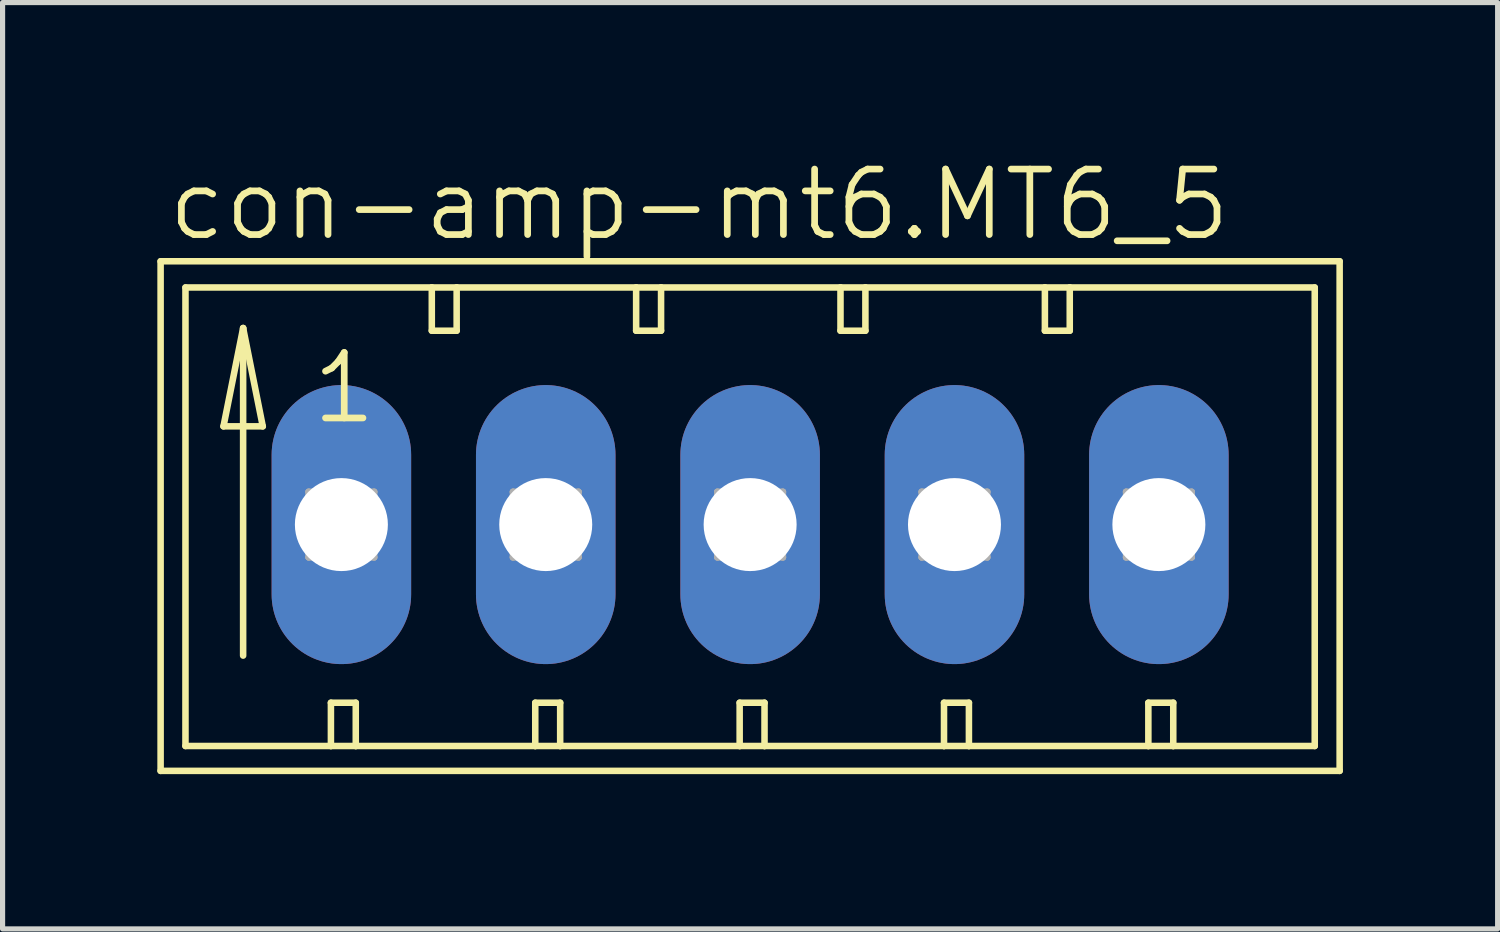
<source format=kicad_pcb>
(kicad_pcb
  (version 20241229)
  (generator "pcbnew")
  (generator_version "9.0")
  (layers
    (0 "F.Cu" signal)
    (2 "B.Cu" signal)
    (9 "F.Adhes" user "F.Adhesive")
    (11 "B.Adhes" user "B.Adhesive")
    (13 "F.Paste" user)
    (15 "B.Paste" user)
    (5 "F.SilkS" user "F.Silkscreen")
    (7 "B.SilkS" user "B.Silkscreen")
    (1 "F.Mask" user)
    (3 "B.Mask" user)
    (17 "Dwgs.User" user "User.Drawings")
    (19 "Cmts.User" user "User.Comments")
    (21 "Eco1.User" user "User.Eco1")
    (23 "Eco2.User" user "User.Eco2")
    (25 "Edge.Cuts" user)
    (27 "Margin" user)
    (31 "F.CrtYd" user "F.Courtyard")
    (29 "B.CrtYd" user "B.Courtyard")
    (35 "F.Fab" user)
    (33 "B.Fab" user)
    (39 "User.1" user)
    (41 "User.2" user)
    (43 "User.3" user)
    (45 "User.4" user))
  (footprint "con-amp-mt6.MT6_5"
    (layer "F.Cu")
    (at 1.029 7.121)
    (property "Reference" "con-amp-mt6.MT6_5" (at -0.889 -5.461 0) (layer "F.SilkS") (effects (font (size 1.27 1.27) (thickness 0.13)) (justify left bottom)))
    (attr through_hole)
    (fp_line (start -0.965 -5.105) (end -0.965 4.775) (stroke (width 0.127) (type default)) (layer "F.SilkS"))
    (fp_line (start -0.965 4.775) (end 21.895 4.775) (stroke (width 0.127) (type default)) (layer "F.SilkS"))
    (fp_line (start -0.483 -4.597) (end -0.483 4.293) (stroke (width 0.127) (type default)) (layer "F.SilkS"))
    (fp_line (start -0.483 4.293) (end 2.337 4.293) (stroke (width 0.127) (type default)) (layer "F.SilkS"))
    (fp_line (start 0.254 -1.905) (end 1.016 -1.905) (stroke (width 0.127) (type default)) (layer "F.SilkS"))
    (fp_line (start 0.635 -3.81) (end 0.254 -1.905) (stroke (width 0.127) (type default)) (layer "F.SilkS"))
    (fp_line (start 0.635 -3.81) (end 1.016 -1.905) (stroke (width 0.127) (type default)) (layer "F.SilkS"))
    (fp_line (start 0.635 2.54) (end 0.635 -3.81) (stroke (width 0.127) (type default)) (layer "F.SilkS"))
    (fp_line (start 2.337 3.454) (end 2.337 4.293) (stroke (width 0.127) (type default)) (layer "F.SilkS"))
    (fp_line (start 2.337 3.454) (end 2.819 3.454) (stroke (width 0.127) (type default)) (layer "F.SilkS"))
    (fp_line (start 2.337 4.293) (end 2.819 4.293) (stroke (width 0.127) (type default)) (layer "F.SilkS"))
    (fp_line (start 2.819 3.454) (end 2.819 4.293) (stroke (width 0.127) (type default)) (layer "F.SilkS"))
    (fp_line (start 2.819 4.293) (end 6.299 4.293) (stroke (width 0.127) (type default)) (layer "F.SilkS"))
    (fp_line (start 4.293 -4.597) (end -0.483 -4.597) (stroke (width 0.127) (type default)) (layer "F.SilkS"))
    (fp_line (start 4.293 -4.597) (end 4.293 -3.759) (stroke (width 0.127) (type default)) (layer "F.SilkS"))
    (fp_line (start 4.293 -3.759) (end 4.775 -3.759) (stroke (width 0.127) (type default)) (layer "F.SilkS"))
    (fp_line (start 4.775 -4.597) (end 4.293 -4.597) (stroke (width 0.127) (type default)) (layer "F.SilkS"))
    (fp_line (start 4.775 -3.759) (end 4.775 -4.597) (stroke (width 0.127) (type default)) (layer "F.SilkS"))
    (fp_line (start 6.299 3.454) (end 6.299 4.293) (stroke (width 0.127) (type default)) (layer "F.SilkS"))
    (fp_line (start 6.299 3.454) (end 6.782 3.454) (stroke (width 0.127) (type default)) (layer "F.SilkS"))
    (fp_line (start 6.299 4.293) (end 6.782 4.293) (stroke (width 0.127) (type default)) (layer "F.SilkS"))
    (fp_line (start 6.782 3.454) (end 6.782 4.293) (stroke (width 0.127) (type default)) (layer "F.SilkS"))
    (fp_line (start 6.782 4.293) (end 10.262 4.293) (stroke (width 0.127) (type default)) (layer "F.SilkS"))
    (fp_line (start 8.255 -4.597) (end 4.775 -4.597) (stroke (width 0.127) (type default)) (layer "F.SilkS"))
    (fp_line (start 8.255 -3.759) (end 8.255 -4.597) (stroke (width 0.127) (type default)) (layer "F.SilkS"))
    (fp_line (start 8.255 -3.759) (end 8.738 -3.759) (stroke (width 0.127) (type default)) (layer "F.SilkS"))
    (fp_line (start 8.738 -4.597) (end 8.255 -4.597) (stroke (width 0.127) (type default)) (layer "F.SilkS"))
    (fp_line (start 8.738 -3.759) (end 8.738 -4.597) (stroke (width 0.127) (type default)) (layer "F.SilkS"))
    (fp_line (start 10.262 3.454) (end 10.262 4.293) (stroke (width 0.127) (type default)) (layer "F.SilkS"))
    (fp_line (start 10.262 3.454) (end 10.744 3.454) (stroke (width 0.127) (type default)) (layer "F.SilkS"))
    (fp_line (start 10.262 4.293) (end 10.744 4.293) (stroke (width 0.127) (type default)) (layer "F.SilkS"))
    (fp_line (start 10.744 3.454) (end 10.744 4.293) (stroke (width 0.127) (type default)) (layer "F.SilkS"))
    (fp_line (start 10.744 4.293) (end 14.224 4.293) (stroke (width 0.127) (type default)) (layer "F.SilkS"))
    (fp_line (start 12.217 -4.597) (end 8.738 -4.597) (stroke (width 0.127) (type default)) (layer "F.SilkS"))
    (fp_line (start 12.217 -3.759) (end 12.217 -4.597) (stroke (width 0.127) (type default)) (layer "F.SilkS"))
    (fp_line (start 12.217 -3.759) (end 12.7 -3.759) (stroke (width 0.127) (type default)) (layer "F.SilkS"))
    (fp_line (start 12.7 -4.597) (end 12.217 -4.597) (stroke (width 0.127) (type default)) (layer "F.SilkS"))
    (fp_line (start 12.7 -3.759) (end 12.7 -4.597) (stroke (width 0.127) (type default)) (layer "F.SilkS"))
    (fp_line (start 14.224 3.454) (end 14.224 4.293) (stroke (width 0.127) (type default)) (layer "F.SilkS"))
    (fp_line (start 14.224 3.454) (end 14.707 3.454) (stroke (width 0.127) (type default)) (layer "F.SilkS"))
    (fp_line (start 14.224 4.293) (end 14.707 4.293) (stroke (width 0.127) (type default)) (layer "F.SilkS"))
    (fp_line (start 14.707 3.454) (end 14.707 4.293) (stroke (width 0.127) (type default)) (layer "F.SilkS"))
    (fp_line (start 14.707 4.293) (end 18.186 4.293) (stroke (width 0.127) (type default)) (layer "F.SilkS"))
    (fp_line (start 16.18 -4.597) (end 12.7 -4.597) (stroke (width 0.127) (type default)) (layer "F.SilkS"))
    (fp_line (start 16.18 -3.759) (end 16.18 -4.597) (stroke (width 0.127) (type default)) (layer "F.SilkS"))
    (fp_line (start 16.18 -3.759) (end 16.662 -3.759) (stroke (width 0.127) (type default)) (layer "F.SilkS"))
    (fp_line (start 16.662 -4.597) (end 16.18 -4.597) (stroke (width 0.127) (type default)) (layer "F.SilkS"))
    (fp_line (start 16.662 -3.759) (end 16.662 -4.597) (stroke (width 0.127) (type default)) (layer "F.SilkS"))
    (fp_line (start 18.186 3.454) (end 18.186 4.293) (stroke (width 0.127) (type default)) (layer "F.SilkS"))
    (fp_line (start 18.186 3.454) (end 18.669 3.454) (stroke (width 0.127) (type default)) (layer "F.SilkS"))
    (fp_line (start 18.186 4.293) (end 18.669 4.293) (stroke (width 0.127) (type default)) (layer "F.SilkS"))
    (fp_line (start 18.669 3.454) (end 18.669 4.293) (stroke (width 0.127) (type default)) (layer "F.SilkS"))
    (fp_line (start 18.669 4.293) (end 21.412 4.293) (stroke (width 0.127) (type default)) (layer "F.SilkS"))
    (fp_line (start 21.412 -4.597) (end 16.662 -4.597) (stroke (width 0.127) (type default)) (layer "F.SilkS"))
    (fp_line (start 21.412 4.293) (end 21.412 -4.597) (stroke (width 0.127) (type default)) (layer "F.SilkS"))
    (fp_line (start 21.895 -5.105) (end -0.965 -5.105) (stroke (width 0.127) (type default)) (layer "F.SilkS"))
    (fp_line (start 21.895 4.775) (end 21.895 -5.105) (stroke (width 0.127) (type default)) (layer "F.SilkS"))
    (fp_line (start 1.905 -0.635) (end 1.905 0.635) (stroke (width 0.127) (type default)) (layer "F.Fab"))
    (fp_line (start 1.905 -0.635) (end 3.175 0.635) (stroke (width 0.127) (type default)) (layer "F.Fab"))
    (fp_line (start 1.905 0.635) (end 3.175 0.635) (stroke (width 0.127) (type default)) (layer "F.Fab"))
    (fp_line (start 3.175 -0.635) (end 1.905 -0.635) (stroke (width 0.127) (type default)) (layer "F.Fab"))
    (fp_line (start 3.175 -0.635) (end 1.905 0.635) (stroke (width 0.127) (type default)) (layer "F.Fab"))
    (fp_line (start 3.175 0.635) (end 3.175 -0.635) (stroke (width 0.127) (type default)) (layer "F.Fab"))
    (fp_line (start 5.867 -0.635) (end 5.867 0.635) (stroke (width 0.127) (type default)) (layer "F.Fab"))
    (fp_line (start 5.867 -0.635) (end 7.137 0.635) (stroke (width 0.127) (type default)) (layer "F.Fab"))
    (fp_line (start 5.867 0.635) (end 7.137 0.635) (stroke (width 0.127) (type default)) (layer "F.Fab"))
    (fp_line (start 7.137 -0.635) (end 5.867 -0.635) (stroke (width 0.127) (type default)) (layer "F.Fab"))
    (fp_line (start 7.137 -0.635) (end 5.867 0.635) (stroke (width 0.127) (type default)) (layer "F.Fab"))
    (fp_line (start 7.137 0.635) (end 7.137 -0.635) (stroke (width 0.127) (type default)) (layer "F.Fab"))
    (fp_line (start 9.83 -0.635) (end 9.83 0.635) (stroke (width 0.127) (type default)) (layer "F.Fab"))
    (fp_line (start 9.83 -0.635) (end 11.1 0.635) (stroke (width 0.127) (type default)) (layer "F.Fab"))
    (fp_line (start 9.83 0.635) (end 11.1 0.635) (stroke (width 0.127) (type default)) (layer "F.Fab"))
    (fp_line (start 11.1 -0.635) (end 9.83 -0.635) (stroke (width 0.127) (type default)) (layer "F.Fab"))
    (fp_line (start 11.1 -0.635) (end 9.83 0.635) (stroke (width 0.127) (type default)) (layer "F.Fab"))
    (fp_line (start 11.1 0.635) (end 11.1 -0.635) (stroke (width 0.127) (type default)) (layer "F.Fab"))
    (fp_line (start 13.792 -0.635) (end 13.792 0.635) (stroke (width 0.127) (type default)) (layer "F.Fab"))
    (fp_line (start 13.792 -0.635) (end 15.062 0.635) (stroke (width 0.127) (type default)) (layer "F.Fab"))
    (fp_line (start 13.792 0.635) (end 15.062 0.635) (stroke (width 0.127) (type default)) (layer "F.Fab"))
    (fp_line (start 15.062 -0.635) (end 13.792 -0.635) (stroke (width 0.127) (type default)) (layer "F.Fab"))
    (fp_line (start 15.062 -0.635) (end 13.792 0.635) (stroke (width 0.127) (type default)) (layer "F.Fab"))
    (fp_line (start 15.062 0.635) (end 15.062 -0.635) (stroke (width 0.127) (type default)) (layer "F.Fab"))
    (fp_line (start 17.755 -0.635) (end 17.755 0.635) (stroke (width 0.127) (type default)) (layer "F.Fab"))
    (fp_line (start 17.755 -0.635) (end 19.025 0.635) (stroke (width 0.127) (type default)) (layer "F.Fab"))
    (fp_line (start 17.755 0.635) (end 19.025 0.635) (stroke (width 0.127) (type default)) (layer "F.Fab"))
    (fp_line (start 19.025 -0.635) (end 17.755 -0.635) (stroke (width 0.127) (type default)) (layer "F.Fab"))
    (fp_line (start 19.025 -0.635) (end 17.755 0.635) (stroke (width 0.127) (type default)) (layer "F.Fab"))
    (fp_line (start 19.025 0.635) (end 19.025 -0.635) (stroke (width 0.127) (type default)) (layer "F.Fab"))
    (fp_text user "1" (at 1.905 -1.905 0) (layer "F.SilkS") (effects (font (size 1.27 1.27) (thickness 0.13)) (justify left bottom)))
    (pad "1" thru_hole oval (at 2.54 0 90) (size 5.41 2.705) (drill 1.803) (layers "*.Cu" "*.Mask"))
    (pad "2" thru_hole oval (at 6.502 0 90) (size 5.41 2.705) (drill 1.803) (layers "*.Cu" "*.Mask"))
    (pad "3" thru_hole oval (at 10.465 0 90) (size 5.41 2.705) (drill 1.803) (layers "*.Cu" "*.Mask"))
    (pad "4" thru_hole oval (at 14.427 0 90) (size 5.41 2.705) (drill 1.803) (layers "*.Cu" "*.Mask"))
    (pad "5" thru_hole oval (at 18.39 0 90) (size 5.41 2.705) (drill 1.803) (layers "*.Cu" "*.Mask")))
  (gr_rect
    (start -3 -3)
    (end 25.987 14.96)
    (stroke (width 0.1) (type default))
    (fill no)
    (layer "Edge.Cuts")))
</source>
